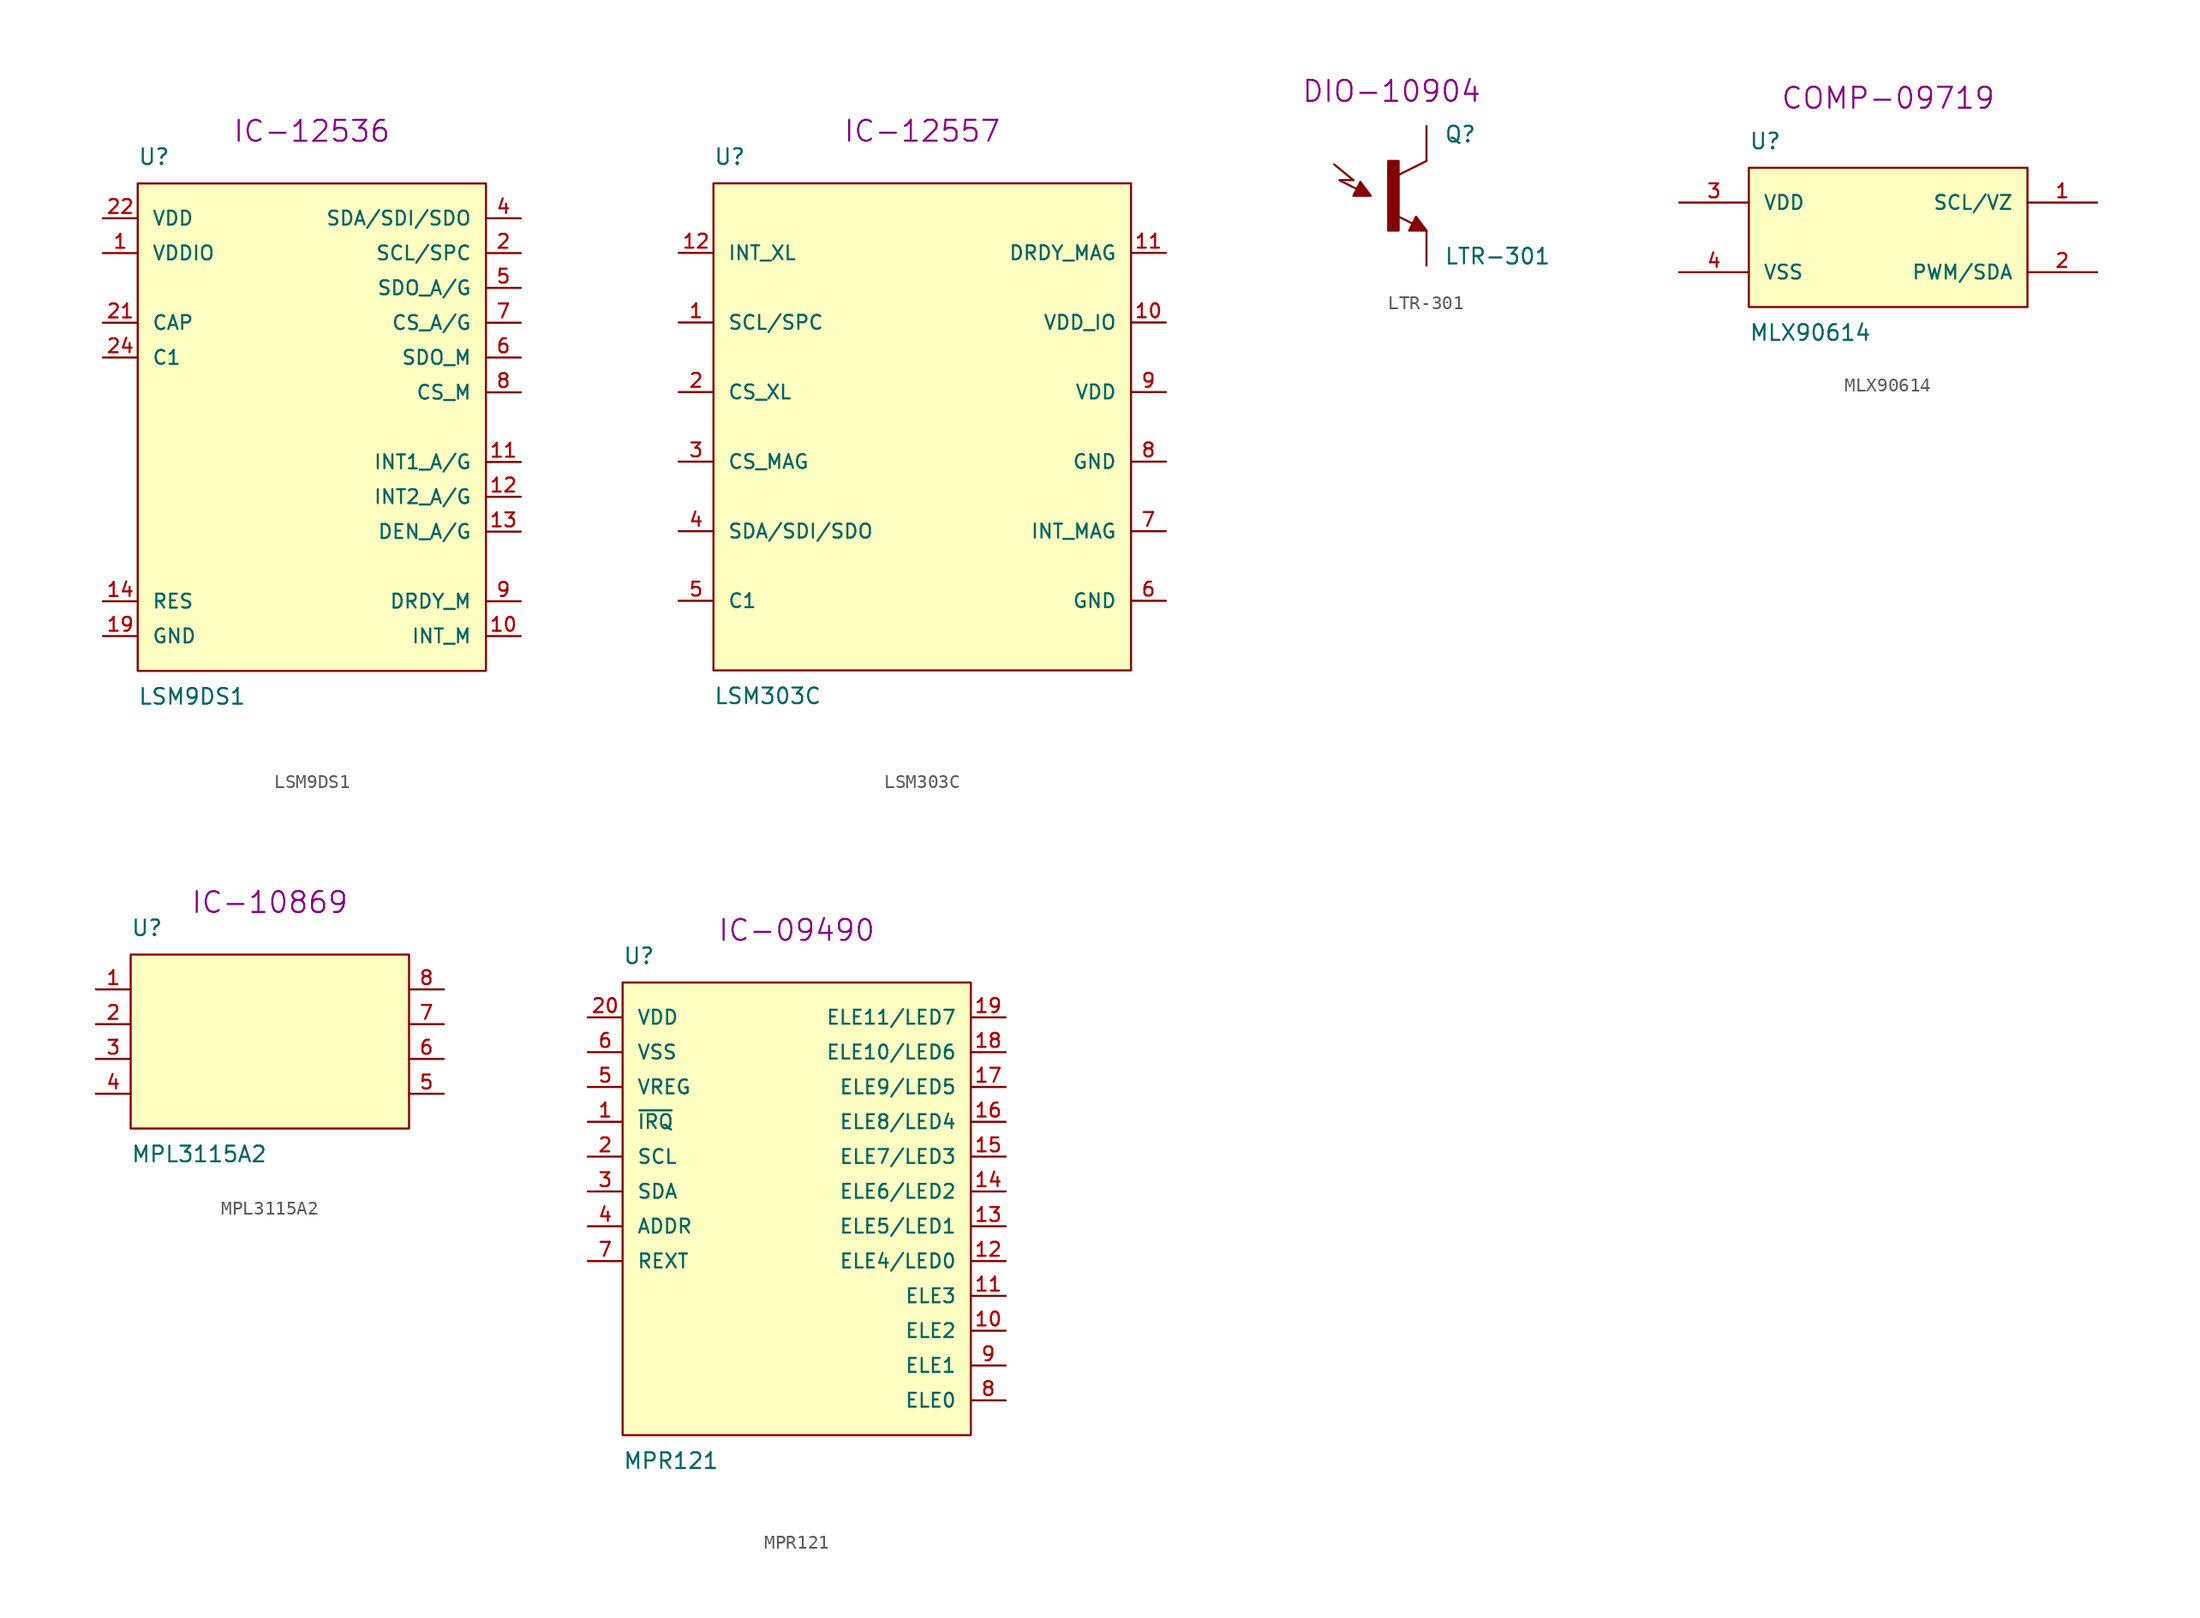
<source format=kicad_sym>
(kicad_symbol_lib
  (version 20220914)
  (generator kicad_symbol_editor)
  (symbol "LSM9DS1"
    (pin_names
      (offset 1.016))
    (property "Reference" "U"
      (at -12.7 19.05 0)
      (effects (font (size 1.143 1.143)) (justify left bottom)))
    (property "Value" "LSM9DS1"
      (at -12.7 -20.32 0)
      (effects (font (size 1.143 1.143)) (justify left bottom)))
    (property "Field4" "IC-12536"
      (at 0 21.59 0)
      (effects (font (size 1.524 1.524))))
    (property "ki_locked" ""
      (at 0 0 0)
      (effects (font (size 1.27 1.27))))
    (symbol "LSM9DS1_1_1"
      (polyline (pts (xy -12.7 17.78) (xy -12.7 -17.78) (xy 12.7 -17.78) (xy 12.7 17.78) (xy -12.7 17.78)) (stroke (width 0) (type solid)) (fill (type background)))
      (pin bidirectional line (at -15.24 12.7 0) (length 2.54) (name "VDDIO" (effects (font (size 1.016 1.016)))) (number "1" (effects (font (size 1.016 1.016)))))
      (pin bidirectional line (at 15.24 -15.24 180) (length 2.54) (name "INT_M" (effects (font (size 1.016 1.016)))) (number "10" (effects (font (size 1.016 1.016)))))
      (pin bidirectional line (at 15.24 -2.54 180) (length 2.54) (name "INT1_A/G" (effects (font (size 1.016 1.016)))) (number "11" (effects (font (size 1.016 1.016)))))
      (pin bidirectional line (at 15.24 -5.08 180) (length 2.54) (name "INT2_A/G" (effects (font (size 1.016 1.016)))) (number "12" (effects (font (size 1.016 1.016)))))
      (pin bidirectional line (at 15.24 -7.62 180) (length 2.54) (name "DEN_A/G" (effects (font (size 1.016 1.016)))) (number "13" (effects (font (size 1.016 1.016)))))
      (pin bidirectional line (at -15.24 -12.7 0) (length 2.54) (name "RES" (effects (font (size 1.016 1.016)))) (number "14" (effects (font (size 1.016 1.016)))))
      (pin bidirectional line (at -15.24 -12.7 0) (length 2.54) hide (name "RES" (effects (font (size 1.016 1.016)))) (number "15" (effects (font (size 1.016 1.016)))))
      (pin bidirectional line (at -15.24 -12.7 0) (length 2.54) hide (name "RES" (effects (font (size 1.016 1.016)))) (number "16" (effects (font (size 1.016 1.016)))))
      (pin bidirectional line (at -15.24 -12.7 0) (length 2.54) hide (name "RES" (effects (font (size 1.016 1.016)))) (number "17" (effects (font (size 1.016 1.016)))))
      (pin bidirectional line (at -15.24 -12.7 0) (length 2.54) hide (name "RES" (effects (font (size 1.016 1.016)))) (number "18" (effects (font (size 1.016 1.016)))))
      (pin bidirectional line (at -15.24 -15.24 0) (length 2.54) (name "GND" (effects (font (size 1.016 1.016)))) (number "19" (effects (font (size 1.016 1.016)))))
      (pin bidirectional line (at 15.24 12.7 180) (length 2.54) (name "SCL/SPC" (effects (font (size 1.016 1.016)))) (number "2" (effects (font (size 1.016 1.016)))))
      (pin bidirectional line (at -15.24 -15.24 0) (length 2.54) hide (name "GND" (effects (font (size 1.016 1.016)))) (number "20" (effects (font (size 1.016 1.016)))))
      (pin bidirectional line (at -15.24 7.62 0) (length 2.54) (name "CAP" (effects (font (size 1.016 1.016)))) (number "21" (effects (font (size 1.016 1.016)))))
      (pin bidirectional line (at -15.24 15.24 0) (length 2.54) (name "VDD" (effects (font (size 1.016 1.016)))) (number "22" (effects (font (size 1.016 1.016)))))
      (pin bidirectional line (at -15.24 15.24 0) (length 2.54) hide (name "VDD" (effects (font (size 1.016 1.016)))) (number "23" (effects (font (size 1.016 1.016)))))
      (pin bidirectional line (at -15.24 5.08 0) (length 2.54) (name "C1" (effects (font (size 1.016 1.016)))) (number "24" (effects (font (size 1.016 1.016)))))
      (pin bidirectional line (at -15.24 12.7 0) (length 2.54) hide (name "VDDIO" (effects (font (size 1.016 1.016)))) (number "3" (effects (font (size 1.016 1.016)))))
      (pin bidirectional line (at 15.24 15.24 180) (length 2.54) (name "SDA/SDI/SDO" (effects (font (size 1.016 1.016)))) (number "4" (effects (font (size 1.016 1.016)))))
      (pin bidirectional line (at 15.24 10.16 180) (length 2.54) (name "SDO_A/G" (effects (font (size 1.016 1.016)))) (number "5" (effects (font (size 1.016 1.016)))))
      (pin bidirectional line (at 15.24 5.08 180) (length 2.54) (name "SDO_M" (effects (font (size 1.016 1.016)))) (number "6" (effects (font (size 1.016 1.016)))))
      (pin bidirectional line (at 15.24 7.62 180) (length 2.54) (name "CS_A/G" (effects (font (size 1.016 1.016)))) (number "7" (effects (font (size 1.016 1.016)))))
      (pin bidirectional line (at 15.24 2.54 180) (length 2.54) (name "CS_M" (effects (font (size 1.016 1.016)))) (number "8" (effects (font (size 1.016 1.016)))))
      (pin bidirectional line (at 15.24 -12.7 180) (length 2.54) (name "DRDY_M" (effects (font (size 1.016 1.016)))) (number "9" (effects (font (size 1.016 1.016)))))))
  (symbol "LSM303C"
    (pin_names
      (offset 1.016))
    (property "Reference" "U"
      (at -15.24 19.05 0)
      (effects (font (size 1.143 1.143)) (justify left bottom)))
    (property "Value" "LSM303C"
      (at -15.24 -20.32 0)
      (effects (font (size 1.143 1.143)) (justify left bottom)))
    (property "Field4" "IC-12557"
      (at 0 21.59 0)
      (effects (font (size 1.524 1.524))))
    (property "ki_locked" ""
      (at 0 0 0)
      (effects (font (size 1.27 1.27))))
    (symbol "LSM303C_1_1"
      (polyline (pts (xy -15.24 17.78) (xy -15.24 -17.78) (xy 15.24 -17.78) (xy 15.24 17.78) (xy -15.24 17.78)) (stroke (width 0) (type solid)) (fill (type background)))
      (pin bidirectional line (at -17.78 7.62 0) (length 2.54) (name "SCL/SPC" (effects (font (size 1.016 1.016)))) (number "1" (effects (font (size 1.016 1.016)))))
      (pin bidirectional line (at 17.78 7.62 180) (length 2.54) (name "VDD_IO" (effects (font (size 1.016 1.016)))) (number "10" (effects (font (size 1.016 1.016)))))
      (pin bidirectional line (at 17.78 12.7 180) (length 2.54) (name "DRDY_MAG" (effects (font (size 1.016 1.016)))) (number "11" (effects (font (size 1.016 1.016)))))
      (pin bidirectional line (at -17.78 12.7 0) (length 2.54) (name "INT_XL" (effects (font (size 1.016 1.016)))) (number "12" (effects (font (size 1.016 1.016)))))
      (pin bidirectional line (at -17.78 2.54 0) (length 2.54) (name "CS_XL" (effects (font (size 1.016 1.016)))) (number "2" (effects (font (size 1.016 1.016)))))
      (pin bidirectional line (at -17.78 -2.54 0) (length 2.54) (name "CS_MAG" (effects (font (size 1.016 1.016)))) (number "3" (effects (font (size 1.016 1.016)))))
      (pin bidirectional line (at -17.78 -7.62 0) (length 2.54) (name "SDA/SDI/SDO" (effects (font (size 1.016 1.016)))) (number "4" (effects (font (size 1.016 1.016)))))
      (pin bidirectional line (at -17.78 -12.7 0) (length 2.54) (name "C1" (effects (font (size 1.016 1.016)))) (number "5" (effects (font (size 1.016 1.016)))))
      (pin bidirectional line (at 17.78 -12.7 180) (length 2.54) (name "GND" (effects (font (size 1.016 1.016)))) (number "6" (effects (font (size 1.016 1.016)))))
      (pin bidirectional line (at 17.78 -7.62 180) (length 2.54) (name "INT_MAG" (effects (font (size 1.016 1.016)))) (number "7" (effects (font (size 1.016 1.016)))))
      (pin bidirectional line (at 17.78 -2.54 180) (length 2.54) (name "GND" (effects (font (size 1.016 1.016)))) (number "8" (effects (font (size 1.016 1.016)))))
      (pin bidirectional line (at 17.78 2.54 180) (length 2.54) (name "VDD" (effects (font (size 1.016 1.016)))) (number "9" (effects (font (size 1.016 1.016)))))))
  (symbol "LTR-301"
    (pin_numbers hide)
    (pin_names
      (offset 1.016) hide)
    (property "Reference" "Q"
      (at 3.81 3.81 0)
      (effects (font (size 1.143 1.143)) (justify left bottom)))
    (property "Value" "LTR-301"
      (at 3.81 -5.08 0)
      (effects (font (size 1.143 1.143)) (justify left bottom)))
    (property "Field4" "DIO-10904"
      (at 0 7.62 0)
      (effects (font (size 1.524 1.524))))
    (property "ki_locked" ""
      (at 0 0 0)
      (effects (font (size 1.27 1.27))))
    (symbol "LTR-301_1_0"
      (polyline (pts (xy -3.81 1.143) (xy -2.794 1.143)) (stroke (width 0) (type solid)) (fill (type none)))
      (polyline (pts (xy -2.794 1.143) (xy -4.191 2.286)) (stroke (width 0) (type solid)) (fill (type none)))
      (polyline (pts (xy -2.515 0.483) (xy -3.734 1.092)) (stroke (width 0) (type solid)) (fill (type none)))
      (polyline (pts (xy 1.524 -2.032) (xy 0.305 -1.422)) (stroke (width 0) (type solid)) (fill (type none)))
      (polyline (pts (xy 2.54 2.54) (xy 0.508 1.524)) (stroke (width 0) (type solid)) (fill (type none))))
    (symbol "LTR-301_1_1"
      (rectangle (start -0.254 -2.54) (end 0.508 2.54) (stroke (width 0) (type solid)) (fill (type outline)))
      (polyline (pts (xy -2.286 1.016) (xy -1.524 0) (xy -2.794 0) (xy -2.286 1.016)) (stroke (width 0) (type solid)) (fill (type outline)))
      (polyline (pts (xy 1.778 -1.524) (xy 2.54 -2.54) (xy 1.27 -2.54) (xy 1.778 -1.524)) (stroke (width 0) (type solid)) (fill (type outline)))
      (pin passive line (at 2.54 5.08 270) (length 2.54) (name "C1" (effects (font (size 1.016 1.016)))) (number "C" (effects (font (size 1.016 1.016)))))
      (pin passive line (at 2.54 -5.08 90) (length 2.54) (name "E1" (effects (font (size 1.016 1.016)))) (number "E" (effects (font (size 1.016 1.016)))))))
  (symbol "MLX90614"
    (pin_names
      (offset 1.016))
    (property "Reference" "U"
      (at -10.16 6.35 0)
      (effects (font (size 1.143 1.143)) (justify left bottom)))
    (property "Value" "MLX90614"
      (at -10.16 -7.62 0)
      (effects (font (size 1.143 1.143)) (justify left bottom)))
    (property "Field4" "COMP-09719"
      (at 0 10.16 0)
      (effects (font (size 1.524 1.524))))
    (property "ki_locked" ""
      (at 0 0 0)
      (effects (font (size 1.27 1.27))))
    (symbol "MLX90614_1_1"
      (polyline (pts (xy -10.16 5.08) (xy -10.16 -5.08) (xy 10.16 -5.08) (xy 10.16 5.08) (xy -10.16 5.08)) (stroke (width 0) (type solid)) (fill (type background)))
      (pin bidirectional line (at 15.24 2.54 180) (length 5.08) (name "SCL/VZ" (effects (font (size 1.016 1.016)))) (number "1" (effects (font (size 1.016 1.016)))))
      (pin bidirectional line (at 15.24 -2.54 180) (length 5.08) (name "PWM/SDA" (effects (font (size 1.016 1.016)))) (number "2" (effects (font (size 1.016 1.016)))))
      (pin bidirectional line (at -15.24 2.54 0) (length 5.08) (name "VDD" (effects (font (size 1.016 1.016)))) (number "3" (effects (font (size 1.016 1.016)))))
      (pin bidirectional line (at -15.24 -2.54 0) (length 5.08) (name "VSS" (effects (font (size 1.016 1.016)))) (number "4" (effects (font (size 1.016 1.016)))))))
  (symbol "MPL3115A2"
    (pin_names
      (offset 1.016) hide)
    (property "Reference" "U"
      (at -10.16 6.35 0)
      (effects (font (size 1.143 1.143)) (justify left bottom)))
    (property "Value" "MPL3115A2"
      (at -10.16 -10.16 0)
      (effects (font (size 1.143 1.143)) (justify left bottom)))
    (property "Field4" "IC-10869"
      (at 0 8.89 0)
      (effects (font (size 1.524 1.524))))
    (property "ki_locked" ""
      (at 0 0 0)
      (effects (font (size 1.27 1.27))))
    (symbol "MPL3115A2_1_1"
      (polyline (pts (xy -10.16 -7.62) (xy 10.16 -7.62) (xy 10.16 5.08) (xy -10.16 5.08) (xy -10.16 -7.62)) (stroke (width 0) (type solid)) (fill (type background)))
      (pin power_in line (at -12.7 2.54 0) (length 2.54) (name "VDD" (effects (font (size 1.016 1.016)))) (number "1" (effects (font (size 1.016 1.016)))))
      (pin power_in line (at -12.7 0 0) (length 2.54) (name "CAP" (effects (font (size 1.016 1.016)))) (number "2" (effects (font (size 1.016 1.016)))))
      (pin power_in line (at -12.7 -2.54 0) (length 2.54) (name "GND" (effects (font (size 1.016 1.016)))) (number "3" (effects (font (size 1.016 1.016)))))
      (pin power_in line (at -12.7 -5.08 0) (length 2.54) (name "VDDIO" (effects (font (size 1.016 1.016)))) (number "4" (effects (font (size 1.016 1.016)))))
      (pin output line (at 12.7 -5.08 180) (length 2.54) (name "INT2" (effects (font (size 1.016 1.016)))) (number "5" (effects (font (size 1.016 1.016)))))
      (pin output line (at 12.7 -2.54 180) (length 2.54) (name "INT1" (effects (font (size 1.016 1.016)))) (number "6" (effects (font (size 1.016 1.016)))))
      (pin bidirectional line (at 12.7 0 180) (length 2.54) (name "SDA" (effects (font (size 1.016 1.016)))) (number "7" (effects (font (size 1.016 1.016)))))
      (pin bidirectional line (at 12.7 2.54 180) (length 2.54) (name "SCL" (effects (font (size 1.016 1.016)))) (number "8" (effects (font (size 1.016 1.016)))))))
  (symbol "MPR121"
    (pin_names
      (offset 1.016))
    (property "Reference" "U"
      (at -12.7 16.51 0)
      (effects (font (size 1.143 1.143)) (justify left bottom)))
    (property "Value" "MPR121"
      (at -12.7 -20.32 0)
      (effects (font (size 1.143 1.143)) (justify left bottom)))
    (property "Field4" "IC-09490"
      (at 0 19.05 0)
      (effects (font (size 1.524 1.524))))
    (property "ki_locked" ""
      (at 0 0 0)
      (effects (font (size 1.27 1.27))))
    (symbol "MPR121_1_1"
      (polyline (pts (xy -12.7 -17.78) (xy -12.7 15.24) (xy 12.7 15.24) (xy 12.7 -17.78) (xy -12.7 -17.78)) (stroke (width 0) (type solid)) (fill (type background)))
      (pin bidirectional line (at -15.24 5.08 0) (length 2.54) (name "~{IRQ}" (effects (font (size 1.016 1.016)))) (number "1" (effects (font (size 1.016 1.016)))))
      (pin bidirectional line (at 15.24 -10.16 180) (length 2.54) (name "ELE2" (effects (font (size 1.016 1.016)))) (number "10" (effects (font (size 1.016 1.016)))))
      (pin bidirectional line (at 15.24 -7.62 180) (length 2.54) (name "ELE3" (effects (font (size 1.016 1.016)))) (number "11" (effects (font (size 1.016 1.016)))))
      (pin bidirectional line (at 15.24 -5.08 180) (length 2.54) (name "ELE4/LED0" (effects (font (size 1.016 1.016)))) (number "12" (effects (font (size 1.016 1.016)))))
      (pin bidirectional line (at 15.24 -2.54 180) (length 2.54) (name "ELE5/LED1" (effects (font (size 1.016 1.016)))) (number "13" (effects (font (size 1.016 1.016)))))
      (pin bidirectional line (at 15.24 0 180) (length 2.54) (name "ELE6/LED2" (effects (font (size 1.016 1.016)))) (number "14" (effects (font (size 1.016 1.016)))))
      (pin bidirectional line (at 15.24 2.54 180) (length 2.54) (name "ELE7/LED3" (effects (font (size 1.016 1.016)))) (number "15" (effects (font (size 1.016 1.016)))))
      (pin bidirectional line (at 15.24 5.08 180) (length 2.54) (name "ELE8/LED4" (effects (font (size 1.016 1.016)))) (number "16" (effects (font (size 1.016 1.016)))))
      (pin bidirectional line (at 15.24 7.62 180) (length 2.54) (name "ELE9/LED5" (effects (font (size 1.016 1.016)))) (number "17" (effects (font (size 1.016 1.016)))))
      (pin bidirectional line (at 15.24 10.16 180) (length 2.54) (name "ELE10/LED6" (effects (font (size 1.016 1.016)))) (number "18" (effects (font (size 1.016 1.016)))))
      (pin bidirectional line (at 15.24 12.7 180) (length 2.54) (name "ELE11/LED7" (effects (font (size 1.016 1.016)))) (number "19" (effects (font (size 1.016 1.016)))))
      (pin bidirectional line (at -15.24 2.54 0) (length 2.54) (name "SCL" (effects (font (size 1.016 1.016)))) (number "2" (effects (font (size 1.016 1.016)))))
      (pin bidirectional line (at -15.24 12.7 0) (length 2.54) (name "VDD" (effects (font (size 1.016 1.016)))) (number "20" (effects (font (size 1.016 1.016)))))
      (pin bidirectional line (at -15.24 0 0) (length 2.54) (name "SDA" (effects (font (size 1.016 1.016)))) (number "3" (effects (font (size 1.016 1.016)))))
      (pin bidirectional line (at -15.24 -2.54 0) (length 2.54) (name "ADDR" (effects (font (size 1.016 1.016)))) (number "4" (effects (font (size 1.016 1.016)))))
      (pin bidirectional line (at -15.24 7.62 0) (length 2.54) (name "VREG" (effects (font (size 1.016 1.016)))) (number "5" (effects (font (size 1.016 1.016)))))
      (pin bidirectional line (at -15.24 10.16 0) (length 2.54) (name "VSS" (effects (font (size 1.016 1.016)))) (number "6" (effects (font (size 1.016 1.016)))))
      (pin bidirectional line (at -15.24 -5.08 0) (length 2.54) (name "REXT" (effects (font (size 1.016 1.016)))) (number "7" (effects (font (size 1.016 1.016)))))
      (pin bidirectional line (at 15.24 -15.24 180) (length 2.54) (name "ELE0" (effects (font (size 1.016 1.016)))) (number "8" (effects (font (size 1.016 1.016)))))
      (pin bidirectional line (at 15.24 -12.7 180) (length 2.54) (name "ELE1" (effects (font (size 1.016 1.016)))) (number "9" (effects (font (size 1.016 1.016))))))))
</source>
